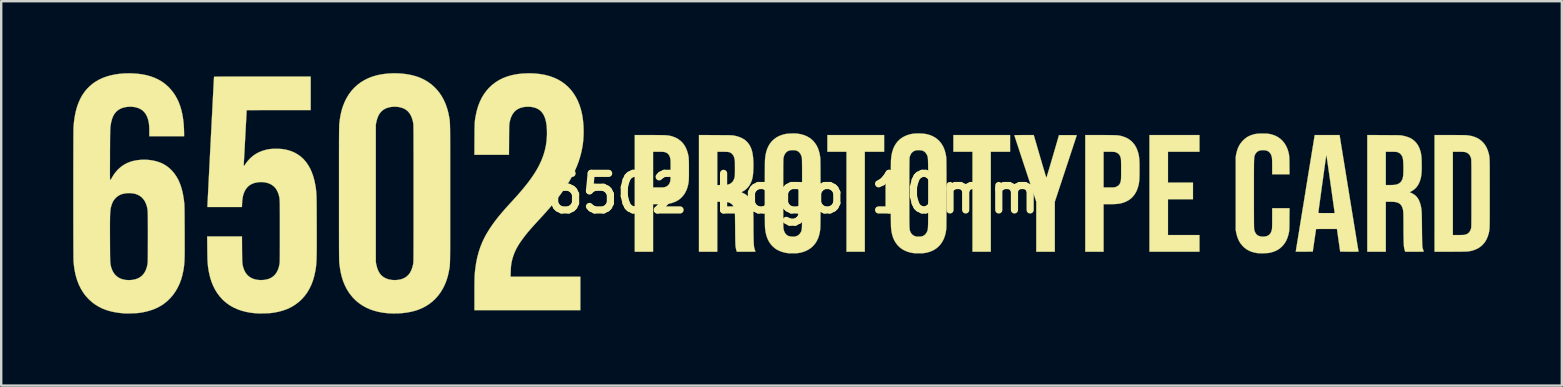
<source format=kicad_pcb>
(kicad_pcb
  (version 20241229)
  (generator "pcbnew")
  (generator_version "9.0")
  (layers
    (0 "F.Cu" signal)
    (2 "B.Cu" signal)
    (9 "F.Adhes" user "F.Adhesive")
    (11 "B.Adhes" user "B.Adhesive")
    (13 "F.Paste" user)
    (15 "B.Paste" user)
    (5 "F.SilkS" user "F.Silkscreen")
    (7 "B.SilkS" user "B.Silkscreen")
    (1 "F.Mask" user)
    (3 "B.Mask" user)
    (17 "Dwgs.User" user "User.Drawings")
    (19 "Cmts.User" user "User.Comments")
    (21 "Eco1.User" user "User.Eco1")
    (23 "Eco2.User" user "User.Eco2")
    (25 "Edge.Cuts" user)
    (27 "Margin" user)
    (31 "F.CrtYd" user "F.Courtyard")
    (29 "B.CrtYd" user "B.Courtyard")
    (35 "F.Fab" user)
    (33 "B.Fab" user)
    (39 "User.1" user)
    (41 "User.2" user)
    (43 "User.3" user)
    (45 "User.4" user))
  (footprint "6502 Logo 10mm"
    (layer "F.Cu")
    (at 30.003 5.008)
    (property "Reference" "6502 Logo 10mm" (at 0 0 0) (layer "F.SilkS") (effects (font (size 1.524 1.524) (thickness 0.3))))
    (attr through_hole)
    (fp_poly (pts (xy 3.785 -1.736) (xy 2.98 -1.736) (xy 2.98 2.43) (xy 2.218 2.43) (xy 2.218 -1.736) (xy 1.422 -1.736) (xy 1.422 -2.43) (xy 3.785 -2.43) (xy 3.785 -1.736)) (stroke (width 0.01) (type solid)) (fill yes) (layer "F.SilkS"))
    (fp_poly (pts (xy 9.034 -1.736) (xy 8.23 -1.736) (xy 8.23 2.43) (xy 7.468 2.43) (xy 7.468 -1.736) (xy 6.672 -1.736) (xy 6.672 -2.43) (xy 9.034 -2.43) (xy 9.034 -1.736)) (stroke (width 0.01) (type solid)) (fill yes) (layer "F.SilkS"))
    (fp_poly (pts (xy 16.925 -1.736) (xy 15.613 -1.736) (xy 15.613 -0.449) (xy 16.654 -0.449) (xy 16.654 0.246) (xy 15.613 0.246) (xy 15.613 1.736) (xy 16.925 1.736) (xy 16.925 2.43) (xy 14.842 2.43) (xy 14.842 -2.43) (xy 16.925 -2.43) (xy 16.925 -1.736)) (stroke (width 0.01) (type solid)) (fill yes) (layer "F.SilkS"))
    (fp_poly (pts (xy 10.02 -2.43) (xy 10.279 -1.54) (xy 10.314 -1.421) (xy 10.347 -1.307) (xy 10.379 -1.199) (xy 10.409 -1.097) (xy 10.437 -1.003) (xy 10.462 -0.918) (xy 10.485 -0.842) (xy 10.504 -0.778) (xy 10.521 -0.725) (xy 10.533 -0.686) (xy 10.541 -0.66) (xy 10.545 -0.65) (xy 10.546 -0.65) (xy 10.549 -0.657) (xy 10.557 -0.68) (xy 10.569 -0.718) (xy 10.584 -0.768) (xy 10.603 -0.83) (xy 10.626 -0.904) (xy 10.651 -0.987) (xy 10.678 -1.08) (xy 10.708 -1.18) (xy 10.74 -1.288) (xy 10.773 -1.401) (xy 10.808 -1.519) (xy 10.813 -1.537) (xy 11.072 -2.426) (xy 11.442 -2.428) (xy 11.534 -2.428) (xy 11.614 -2.428) (xy 11.682 -2.428) (xy 11.737 -2.427) (xy 11.777 -2.426) (xy 11.802 -2.424) (xy 11.811 -2.422) (xy 11.811 -2.422) (xy 11.808 -2.413) (xy 11.801 -2.389) (xy 11.788 -2.351) (xy 11.771 -2.299) (xy 11.75 -2.234) (xy 11.725 -2.157) (xy 11.696 -2.069) (xy 11.664 -1.971) (xy 11.629 -1.864) (xy 11.59 -1.747) (xy 11.549 -1.623) (xy 11.506 -1.492) (xy 11.461 -1.355) (xy 11.414 -1.213) (xy 11.365 -1.066) (xy 11.354 -1.031) (xy 10.897 0.352) (xy 10.897 2.43) (xy 10.126 2.43) (xy 10.126 1.391) (xy 10.126 0.351) (xy 9.669 -1.032) (xy 9.62 -1.18) (xy 9.573 -1.323) (xy 9.527 -1.462) (xy 9.483 -1.594) (xy 9.442 -1.72) (xy 9.403 -1.838) (xy 9.367 -1.948) (xy 9.334 -2.048) (xy 9.304 -2.138) (xy 9.278 -2.218) (xy 9.256 -2.285) (xy 9.238 -2.34) (xy 9.224 -2.382) (xy 9.216 -2.409) (xy 9.212 -2.422) (xy 9.212 -2.422) (xy 9.22 -2.424) (xy 9.244 -2.425) (xy 9.281 -2.427) (xy 9.331 -2.428) (xy 9.393 -2.429) (xy 9.463 -2.429) (xy 9.542 -2.43) (xy 9.616 -2.43) (xy 10.02 -2.43)) (stroke (width 0.01) (type solid)) (fill yes) (layer "F.SilkS"))
    (fp_poly (pts (xy 12.795 -2.43) (xy 12.927 -2.43) (xy 13.043 -2.429) (xy 13.145 -2.429) (xy 13.233 -2.428) (xy 13.311 -2.427) (xy 13.378 -2.425) (xy 13.436 -2.423) (xy 13.486 -2.42) (xy 13.53 -2.416) (xy 13.569 -2.411) (xy 13.605 -2.405) (xy 13.638 -2.398) (xy 13.67 -2.391) (xy 13.702 -2.381) (xy 13.737 -2.371) (xy 13.754 -2.365) (xy 13.872 -2.32) (xy 13.979 -2.261) (xy 14.075 -2.189) (xy 14.159 -2.105) (xy 14.233 -2.009) (xy 14.295 -1.9) (xy 14.345 -1.779) (xy 14.381 -1.656) (xy 14.392 -1.608) (xy 14.401 -1.562) (xy 14.408 -1.514) (xy 14.414 -1.463) (xy 14.419 -1.406) (xy 14.422 -1.342) (xy 14.425 -1.269) (xy 14.426 -1.184) (xy 14.427 -1.087) (xy 14.427 -0.991) (xy 14.427 -0.88) (xy 14.426 -0.784) (xy 14.424 -0.701) (xy 14.422 -0.63) (xy 14.418 -0.567) (xy 14.413 -0.511) (xy 14.407 -0.46) (xy 14.4 -0.413) (xy 14.39 -0.366) (xy 14.381 -0.326) (xy 14.342 -0.193) (xy 14.291 -0.073) (xy 14.228 0.035) (xy 14.154 0.13) (xy 14.069 0.214) (xy 13.972 0.284) (xy 13.864 0.343) (xy 13.745 0.388) (xy 13.681 0.406) (xy 13.628 0.418) (xy 13.575 0.428) (xy 13.519 0.435) (xy 13.459 0.441) (xy 13.391 0.445) (xy 13.312 0.447) (xy 13.22 0.448) (xy 13.176 0.449) (xy 12.929 0.449) (xy 12.929 2.43) (xy 12.167 2.43) (xy 12.167 -1.736) (xy 12.929 -1.736) (xy 12.929 -0.246) (xy 13.147 -0.246) (xy 13.226 -0.246) (xy 13.289 -0.247) (xy 13.339 -0.249) (xy 13.376 -0.252) (xy 13.401 -0.256) (xy 13.407 -0.257) (xy 13.476 -0.283) (xy 13.535 -0.319) (xy 13.582 -0.364) (xy 13.615 -0.418) (xy 13.615 -0.419) (xy 13.625 -0.442) (xy 13.633 -0.464) (xy 13.64 -0.486) (xy 13.646 -0.509) (xy 13.651 -0.537) (xy 13.654 -0.569) (xy 13.657 -0.608) (xy 13.659 -0.656) (xy 13.66 -0.714) (xy 13.661 -0.783) (xy 13.661 -0.865) (xy 13.661 -0.963) (xy 13.661 -0.991) (xy 13.661 -1.092) (xy 13.661 -1.178) (xy 13.66 -1.251) (xy 13.659 -1.311) (xy 13.657 -1.361) (xy 13.655 -1.403) (xy 13.652 -1.437) (xy 13.647 -1.465) (xy 13.642 -1.49) (xy 13.635 -1.512) (xy 13.627 -1.534) (xy 13.618 -1.556) (xy 13.615 -1.562) (xy 13.583 -1.615) (xy 13.538 -1.66) (xy 13.482 -1.696) (xy 13.417 -1.721) (xy 13.396 -1.726) (xy 13.373 -1.729) (xy 13.335 -1.732) (xy 13.286 -1.734) (xy 13.227 -1.735) (xy 13.16 -1.736) (xy 13.14 -1.736) (xy 12.929 -1.736) (xy 12.167 -1.736) (xy 12.167 -2.43) (xy 12.795 -2.43)) (stroke (width 0.01) (type solid)) (fill yes) (layer "F.SilkS"))
    (fp_poly (pts (xy -5.975 -2.43) (xy -5.844 -2.43) (xy -5.728 -2.429) (xy -5.626 -2.429) (xy -5.537 -2.428) (xy -5.46 -2.427) (xy -5.393 -2.425) (xy -5.335 -2.423) (xy -5.285 -2.42) (xy -5.241 -2.416) (xy -5.202 -2.411) (xy -5.166 -2.405) (xy -5.133 -2.399) (xy -5.101 -2.391) (xy -5.068 -2.382) (xy -5.034 -2.371) (xy -5.016 -2.366) (xy -4.899 -2.32) (xy -4.793 -2.261) (xy -4.697 -2.19) (xy -4.612 -2.106) (xy -4.539 -2.009) (xy -4.477 -1.9) (xy -4.427 -1.779) (xy -4.399 -1.689) (xy -4.388 -1.648) (xy -4.379 -1.609) (xy -4.371 -1.571) (xy -4.365 -1.533) (xy -4.359 -1.492) (xy -4.356 -1.446) (xy -4.353 -1.394) (xy -4.35 -1.334) (xy -4.349 -1.264) (xy -4.348 -1.182) (xy -4.348 -1.087) (xy -4.348 -0.995) (xy -4.348 -0.892) (xy -4.348 -0.803) (xy -4.349 -0.728) (xy -4.35 -0.665) (xy -4.351 -0.61) (xy -4.354 -0.564) (xy -4.357 -0.523) (xy -4.361 -0.485) (xy -4.365 -0.45) (xy -4.371 -0.415) (xy -4.378 -0.378) (xy -4.383 -0.356) (xy -4.416 -0.228) (xy -4.463 -0.109) (xy -4.521 0.000074) (xy -4.591 0.099) (xy -4.672 0.185) (xy -4.762 0.26) (xy -4.862 0.32) (xy -4.878 0.328) (xy -4.943 0.358) (xy -5.007 0.382) (xy -5.073 0.403) (xy -5.143 0.419) (xy -5.218 0.431) (xy -5.302 0.439) (xy -5.397 0.445) (xy -5.504 0.448) (xy -5.594 0.449) (xy -5.842 0.449) (xy -5.842 2.43) (xy -6.604 2.43) (xy -6.604 -1.736) (xy -5.842 -1.736) (xy -5.842 -0.246) (xy -5.624 -0.246) (xy -5.545 -0.246) (xy -5.481 -0.247) (xy -5.432 -0.249) (xy -5.395 -0.252) (xy -5.37 -0.256) (xy -5.364 -0.257) (xy -5.293 -0.283) (xy -5.234 -0.32) (xy -5.187 -0.367) (xy -5.155 -0.422) (xy -5.145 -0.445) (xy -5.137 -0.468) (xy -5.13 -0.491) (xy -5.124 -0.516) (xy -5.12 -0.545) (xy -5.116 -0.579) (xy -5.114 -0.621) (xy -5.112 -0.672) (xy -5.111 -0.733) (xy -5.11 -0.806) (xy -5.11 -0.893) (xy -5.11 -0.986) (xy -5.11 -1.082) (xy -5.11 -1.163) (xy -5.11 -1.23) (xy -5.111 -1.285) (xy -5.112 -1.329) (xy -5.113 -1.365) (xy -5.115 -1.394) (xy -5.117 -1.418) (xy -5.12 -1.437) (xy -5.123 -1.455) (xy -5.124 -1.459) (xy -5.147 -1.535) (xy -5.177 -1.597) (xy -5.216 -1.646) (xy -5.266 -1.684) (xy -5.329 -1.712) (xy -5.365 -1.723) (xy -5.386 -1.727) (xy -5.414 -1.731) (xy -5.451 -1.733) (xy -5.498 -1.735) (xy -5.558 -1.735) (xy -5.628 -1.736) (xy -5.842 -1.736) (xy -6.604 -1.736) (xy -6.604 -2.43) (xy -5.975 -2.43)) (stroke (width 0.01) (type solid)) (fill yes) (layer "F.SilkS"))
    (fp_poly (pts (xy 27.371 -2.43) (xy 27.498 -2.43) (xy 27.611 -2.429) (xy 27.708 -2.429) (xy 27.792 -2.429) (xy 27.864 -2.428) (xy 27.925 -2.427) (xy 27.976 -2.426) (xy 28.018 -2.424) (xy 28.053 -2.423) (xy 28.081 -2.421) (xy 28.104 -2.418) (xy 28.113 -2.417) (xy 28.246 -2.394) (xy 28.366 -2.361) (xy 28.475 -2.317) (xy 28.573 -2.263) (xy 28.663 -2.197) (xy 28.742 -2.121) (xy 28.818 -2.028) (xy 28.881 -1.923) (xy 28.933 -1.806) (xy 28.973 -1.677) (xy 28.976 -1.667) (xy 28.982 -1.645) (xy 28.987 -1.624) (xy 28.991 -1.605) (xy 28.995 -1.586) (xy 28.999 -1.566) (xy 29.002 -1.544) (xy 29.005 -1.52) (xy 29.007 -1.493) (xy 29.01 -1.461) (xy 29.012 -1.425) (xy 29.013 -1.383) (xy 29.015 -1.335) (xy 29.016 -1.279) (xy 29.017 -1.215) (xy 29.018 -1.142) (xy 29.018 -1.06) (xy 29.019 -0.967) (xy 29.019 -0.862) (xy 29.019 -0.745) (xy 29.019 -0.615) (xy 29.019 -0.472) (xy 29.02 -0.313) (xy 29.02 -0.139) (xy 29.02 0) (xy 29.02 0.186) (xy 29.02 0.356) (xy 29.019 0.51) (xy 29.019 0.65) (xy 29.019 0.777) (xy 29.019 0.89) (xy 29.019 0.992) (xy 29.018 1.082) (xy 29.018 1.162) (xy 29.017 1.233) (xy 29.016 1.294) (xy 29.014 1.348) (xy 29.013 1.395) (xy 29.011 1.435) (xy 29.009 1.47) (xy 29.007 1.5) (xy 29.004 1.526) (xy 29.001 1.55) (xy 28.998 1.571) (xy 28.994 1.591) (xy 28.99 1.61) (xy 28.985 1.63) (xy 28.98 1.65) (xy 28.976 1.667) (xy 28.937 1.797) (xy 28.885 1.916) (xy 28.822 2.023) (xy 28.746 2.117) (xy 28.66 2.2) (xy 28.561 2.27) (xy 28.452 2.327) (xy 28.332 2.372) (xy 28.278 2.387) (xy 28.247 2.394) (xy 28.217 2.401) (xy 28.188 2.407) (xy 28.158 2.412) (xy 28.125 2.416) (xy 28.089 2.419) (xy 28.047 2.422) (xy 27.999 2.424) (xy 27.944 2.426) (xy 27.879 2.427) (xy 27.804 2.428) (xy 27.717 2.429) (xy 27.618 2.429) (xy 27.504 2.43) (xy 27.375 2.43) (xy 27.371 2.43) (xy 26.721 2.43) (xy 26.721 -1.736) (xy 27.483 -1.736) (xy 27.483 1.736) (xy 27.708 1.736) (xy 27.783 1.735) (xy 27.844 1.735) (xy 27.893 1.733) (xy 27.931 1.731) (xy 27.961 1.728) (xy 27.986 1.723) (xy 27.991 1.722) (xy 28.062 1.699) (xy 28.122 1.662) (xy 28.171 1.612) (xy 28.21 1.549) (xy 28.239 1.472) (xy 28.243 1.459) (xy 28.245 1.45) (xy 28.246 1.441) (xy 28.248 1.429) (xy 28.249 1.414) (xy 28.251 1.395) (xy 28.252 1.372) (xy 28.253 1.343) (xy 28.254 1.308) (xy 28.254 1.266) (xy 28.255 1.216) (xy 28.256 1.158) (xy 28.256 1.09) (xy 28.256 1.012) (xy 28.257 0.924) (xy 28.257 0.823) (xy 28.257 0.711) (xy 28.257 0.584) (xy 28.257 0.444) (xy 28.257 0.289) (xy 28.257 0.119) (xy 28.258 0) (xy 28.257 -0.181) (xy 28.257 -0.346) (xy 28.257 -0.496) (xy 28.257 -0.631) (xy 28.257 -0.752) (xy 28.257 -0.861) (xy 28.257 -0.957) (xy 28.256 -1.041) (xy 28.256 -1.115) (xy 28.255 -1.18) (xy 28.255 -1.235) (xy 28.254 -1.282) (xy 28.253 -1.321) (xy 28.252 -1.354) (xy 28.251 -1.38) (xy 28.25 -1.402) (xy 28.249 -1.419) (xy 28.247 -1.433) (xy 28.246 -1.444) (xy 28.244 -1.453) (xy 28.243 -1.459) (xy 28.219 -1.531) (xy 28.188 -1.59) (xy 28.148 -1.638) (xy 28.098 -1.677) (xy 28.072 -1.693) (xy 28.045 -1.706) (xy 28.017 -1.716) (xy 27.983 -1.724) (xy 27.944 -1.729) (xy 27.895 -1.733) (xy 27.835 -1.735) (xy 27.762 -1.736) (xy 27.708 -1.736) (xy 27.483 -1.736) (xy 26.721 -1.736) (xy 26.721 -2.43) (xy 27.371 -2.43)) (stroke (width 0.01) (type solid)) (fill yes) (layer "F.SilkS"))
    (fp_poly (pts (xy 22.245 -2.43) (xy 22.763 -2.43) (xy 23.155 -0.015) (xy 23.187 0.185) (xy 23.219 0.381) (xy 23.25 0.572) (xy 23.28 0.757) (xy 23.31 0.936) (xy 23.338 1.108) (xy 23.364 1.272) (xy 23.39 1.428) (xy 23.414 1.575) (xy 23.436 1.713) (xy 23.457 1.84) (xy 23.476 1.956) (xy 23.493 2.061) (xy 23.508 2.154) (xy 23.521 2.233) (xy 23.532 2.3) (xy 23.541 2.351) (xy 23.547 2.388) (xy 23.55 2.41) (xy 23.551 2.415) (xy 23.552 2.419) (xy 23.549 2.422) (xy 23.543 2.424) (xy 23.531 2.426) (xy 23.512 2.427) (xy 23.484 2.428) (xy 23.447 2.429) (xy 23.399 2.429) (xy 23.338 2.429) (xy 23.263 2.428) (xy 23.173 2.428) (xy 23.172 2.428) (xy 22.789 2.426) (xy 22.721 1.954) (xy 22.654 1.482) (xy 22.219 1.482) (xy 22.135 1.482) (xy 22.057 1.482) (xy 21.985 1.482) (xy 21.922 1.482) (xy 21.868 1.483) (xy 21.827 1.483) (xy 21.798 1.483) (xy 21.785 1.484) (xy 21.784 1.484) (xy 21.783 1.492) (xy 21.779 1.516) (xy 21.774 1.554) (xy 21.766 1.603) (xy 21.757 1.664) (xy 21.747 1.734) (xy 21.736 1.811) (xy 21.723 1.895) (xy 21.714 1.956) (xy 21.645 2.426) (xy 21.292 2.428) (xy 21.216 2.428) (xy 21.146 2.428) (xy 21.083 2.428) (xy 21.03 2.427) (xy 20.987 2.427) (xy 20.956 2.426) (xy 20.94 2.424) (xy 20.938 2.424) (xy 20.939 2.415) (xy 20.943 2.39) (xy 20.95 2.351) (xy 20.958 2.297) (xy 20.969 2.229) (xy 20.982 2.149) (xy 20.997 2.057) (xy 21.014 1.954) (xy 21.032 1.841) (xy 21.052 1.718) (xy 21.074 1.586) (xy 21.096 1.447) (xy 21.12 1.3) (xy 21.145 1.148) (xy 21.17 0.989) (xy 21.197 0.827) (xy 21.201 0.804) (xy 21.878 0.804) (xy 21.878 0.808) (xy 21.88 0.812) (xy 21.885 0.814) (xy 21.895 0.817) (xy 21.91 0.818) (xy 21.934 0.82) (xy 21.967 0.82) (xy 22.01 0.821) (xy 22.066 0.821) (xy 22.136 0.821) (xy 22.219 0.821) (xy 22.56 0.821) (xy 22.517 0.51) (xy 22.482 0.267) (xy 22.45 0.04) (xy 22.421 -0.17) (xy 22.393 -0.365) (xy 22.368 -0.544) (xy 22.345 -0.707) (xy 22.323 -0.856) (xy 22.304 -0.99) (xy 22.287 -1.109) (xy 22.272 -1.215) (xy 22.258 -1.306) (xy 22.247 -1.384) (xy 22.237 -1.449) (xy 22.229 -1.5) (xy 22.223 -1.539) (xy 22.219 -1.566) (xy 22.216 -1.58) (xy 22.215 -1.583) (xy 22.208 -1.576) (xy 22.204 -1.564) (xy 22.202 -1.553) (xy 22.198 -1.526) (xy 22.192 -1.484) (xy 22.185 -1.43) (xy 22.175 -1.363) (xy 22.165 -1.286) (xy 22.152 -1.199) (xy 22.139 -1.103) (xy 22.125 -1.001) (xy 22.11 -0.892) (xy 22.094 -0.777) (xy 22.078 -0.659) (xy 22.061 -0.539) (xy 22.044 -0.417) (xy 22.027 -0.294) (xy 22.01 -0.173) (xy 21.994 -0.053) (xy 21.978 0.064) (xy 21.963 0.176) (xy 21.948 0.282) (xy 21.934 0.382) (xy 21.922 0.475) (xy 21.91 0.558) (xy 21.901 0.631) (xy 21.892 0.693) (xy 21.886 0.742) (xy 21.881 0.778) (xy 21.878 0.798) (xy 21.878 0.804) (xy 21.201 0.804) (xy 21.224 0.66) (xy 21.252 0.49) (xy 21.28 0.318) (xy 21.308 0.145) (xy 21.336 -0.029) (xy 21.364 -0.203) (xy 21.392 -0.376) (xy 21.42 -0.547) (xy 21.447 -0.715) (xy 21.474 -0.88) (xy 21.5 -1.041) (xy 21.526 -1.197) (xy 21.55 -1.347) (xy 21.574 -1.49) (xy 21.596 -1.626) (xy 21.616 -1.754) (xy 21.636 -1.872) (xy 21.654 -1.981) (xy 21.67 -2.079) (xy 21.684 -2.166) (xy 21.696 -2.241) (xy 21.706 -2.302) (xy 21.714 -2.35) (xy 21.719 -2.383) (xy 21.722 -2.4) (xy 21.722 -2.402) (xy 21.727 -2.43) (xy 22.245 -2.43)) (stroke (width 0.01) (type solid)) (fill yes) (layer "F.SilkS"))
    (fp_poly (pts (xy 19.638 -2.493) (xy 19.704 -2.491) (xy 19.76 -2.487) (xy 19.811 -2.482) (xy 19.858 -2.473) (xy 19.907 -2.462) (xy 19.961 -2.447) (xy 19.98 -2.441) (xy 20.096 -2.398) (xy 20.204 -2.34) (xy 20.302 -2.268) (xy 20.39 -2.184) (xy 20.468 -2.088) (xy 20.533 -1.981) (xy 20.587 -1.864) (xy 20.62 -1.764) (xy 20.631 -1.722) (xy 20.641 -1.685) (xy 20.649 -1.65) (xy 20.655 -1.615) (xy 20.66 -1.578) (xy 20.664 -1.537) (xy 20.667 -1.49) (xy 20.669 -1.435) (xy 20.671 -1.37) (xy 20.672 -1.293) (xy 20.673 -1.202) (xy 20.673 -1.166) (xy 20.677 -0.796) (xy 19.956 -0.796) (xy 19.956 -1.111) (xy 19.955 -1.205) (xy 19.955 -1.284) (xy 19.953 -1.35) (xy 19.951 -1.404) (xy 19.948 -1.45) (xy 19.944 -1.488) (xy 19.938 -1.521) (xy 19.931 -1.55) (xy 19.922 -1.578) (xy 19.914 -1.602) (xy 19.892 -1.645) (xy 19.86 -1.69) (xy 19.822 -1.729) (xy 19.79 -1.753) (xy 19.732 -1.78) (xy 19.663 -1.797) (xy 19.583 -1.803) (xy 19.574 -1.803) (xy 19.489 -1.797) (xy 19.415 -1.78) (xy 19.353 -1.749) (xy 19.301 -1.706) (xy 19.26 -1.651) (xy 19.243 -1.618) (xy 19.237 -1.605) (xy 19.231 -1.593) (xy 19.226 -1.581) (xy 19.222 -1.569) (xy 19.217 -1.555) (xy 19.214 -1.54) (xy 19.211 -1.521) (xy 19.208 -1.499) (xy 19.205 -1.472) (xy 19.203 -1.44) (xy 19.201 -1.403) (xy 19.199 -1.358) (xy 19.198 -1.306) (xy 19.197 -1.246) (xy 19.196 -1.176) (xy 19.195 -1.097) (xy 19.195 -1.007) (xy 19.194 -0.906) (xy 19.194 -0.792) (xy 19.194 -0.666) (xy 19.194 -0.526) (xy 19.194 -0.371) (xy 19.194 -0.201) (xy 19.194 -0.015) (xy 19.194 0.004) (xy 19.194 0.19) (xy 19.194 0.36) (xy 19.194 0.514) (xy 19.194 0.653) (xy 19.194 0.779) (xy 19.195 0.891) (xy 19.195 0.991) (xy 19.195 1.079) (xy 19.196 1.157) (xy 19.196 1.224) (xy 19.197 1.283) (xy 19.198 1.332) (xy 19.198 1.374) (xy 19.199 1.409) (xy 19.2 1.437) (xy 19.202 1.46) (xy 19.203 1.478) (xy 19.204 1.493) (xy 19.206 1.504) (xy 19.207 1.509) (xy 19.23 1.59) (xy 19.263 1.658) (xy 19.306 1.713) (xy 19.36 1.754) (xy 19.425 1.783) (xy 19.501 1.799) (xy 19.575 1.803) (xy 19.661 1.797) (xy 19.736 1.779) (xy 19.799 1.748) (xy 19.851 1.704) (xy 19.893 1.648) (xy 19.924 1.578) (xy 19.944 1.499) (xy 19.947 1.478) (xy 19.949 1.449) (xy 19.951 1.411) (xy 19.953 1.362) (xy 19.954 1.302) (xy 19.955 1.229) (xy 19.955 1.142) (xy 19.956 1.039) (xy 19.956 1.027) (xy 19.956 0.618) (xy 20.677 0.618) (xy 20.673 1.077) (xy 20.673 1.181) (xy 20.672 1.269) (xy 20.671 1.343) (xy 20.67 1.404) (xy 20.668 1.455) (xy 20.667 1.497) (xy 20.665 1.531) (xy 20.663 1.559) (xy 20.66 1.582) (xy 20.657 1.603) (xy 20.655 1.613) (xy 20.625 1.744) (xy 20.587 1.862) (xy 20.541 1.968) (xy 20.485 2.064) (xy 20.419 2.151) (xy 20.389 2.186) (xy 20.306 2.265) (xy 20.217 2.332) (xy 20.119 2.387) (xy 20.011 2.431) (xy 19.89 2.466) (xy 19.854 2.474) (xy 19.809 2.481) (xy 19.75 2.487) (xy 19.682 2.491) (xy 19.61 2.494) (xy 19.535 2.495) (xy 19.463 2.495) (xy 19.398 2.492) (xy 19.343 2.488) (xy 19.317 2.485) (xy 19.19 2.459) (xy 19.077 2.425) (xy 18.974 2.38) (xy 18.88 2.325) (xy 18.794 2.259) (xy 18.722 2.189) (xy 18.647 2.1) (xy 18.583 2) (xy 18.531 1.889) (xy 18.488 1.766) (xy 18.456 1.63) (xy 18.455 1.628) (xy 18.436 1.528) (xy 18.436 -1.528) (xy 18.455 -1.628) (xy 18.486 -1.758) (xy 18.524 -1.875) (xy 18.572 -1.98) (xy 18.631 -2.076) (xy 18.7 -2.164) (xy 18.744 -2.21) (xy 18.823 -2.282) (xy 18.902 -2.34) (xy 18.986 -2.387) (xy 19.081 -2.426) (xy 19.115 -2.437) (xy 19.172 -2.455) (xy 19.226 -2.469) (xy 19.28 -2.479) (xy 19.337 -2.486) (xy 19.4 -2.49) (xy 19.474 -2.493) (xy 19.558 -2.493) (xy 19.638 -2.493)) (stroke (width 0.01) (type solid)) (fill yes) (layer "F.SilkS"))
    (fp_poly (pts (xy -3.241 -2.428) (xy -3.116 -2.427) (xy -3.007 -2.426) (xy -2.913 -2.426) (xy -2.832 -2.425) (xy -2.763 -2.424) (xy -2.704 -2.424) (xy -2.655 -2.423) (xy -2.615 -2.422) (xy -2.581 -2.42) (xy -2.553 -2.419) (xy -2.53 -2.417) (xy -2.51 -2.415) (xy -2.491 -2.412) (xy -2.474 -2.409) (xy -2.459 -2.406) (xy -2.325 -2.375) (xy -2.206 -2.333) (xy -2.099 -2.281) (xy -2.005 -2.218) (xy -1.923 -2.143) (xy -1.853 -2.058) (xy -1.794 -1.961) (xy -1.747 -1.852) (xy -1.74 -1.833) (xy -1.712 -1.738) (xy -1.691 -1.627) (xy -1.675 -1.503) (xy -1.665 -1.365) (xy -1.66 -1.216) (xy -1.662 -1.057) (xy -1.666 -0.964) (xy -1.671 -0.87) (xy -1.678 -0.79) (xy -1.687 -0.72) (xy -1.698 -0.657) (xy -1.712 -0.598) (xy -1.73 -0.54) (xy -1.74 -0.511) (xy -1.786 -0.405) (xy -1.844 -0.309) (xy -1.913 -0.225) (xy -1.992 -0.153) (xy -2.081 -0.095) (xy -2.11 -0.079) (xy -2.135 -0.066) (xy -2.152 -0.055) (xy -2.157 -0.049) (xy -2.149 -0.042) (xy -2.128 -0.032) (xy -2.1 -0.018) (xy -2.091 -0.014) (xy -2.004 0.031) (xy -1.928 0.086) (xy -1.864 0.152) (xy -1.809 0.23) (xy -1.763 0.322) (xy -1.736 0.394) (xy -1.721 0.438) (xy -1.709 0.481) (xy -1.698 0.524) (xy -1.689 0.569) (xy -1.682 0.618) (xy -1.675 0.671) (xy -1.67 0.731) (xy -1.667 0.799) (xy -1.664 0.876) (xy -1.662 0.965) (xy -1.66 1.065) (xy -1.66 1.18) (xy -1.659 1.308) (xy -1.659 1.473) (xy -1.658 1.622) (xy -1.656 1.754) (xy -1.654 1.871) (xy -1.651 1.972) (xy -1.648 2.058) (xy -1.643 2.13) (xy -1.639 2.187) (xy -1.633 2.231) (xy -1.631 2.244) (xy -1.608 2.334) (xy -1.579 2.415) (xy -1.578 2.419) (xy -1.58 2.421) (xy -1.587 2.424) (xy -1.599 2.426) (xy -1.617 2.427) (xy -1.645 2.428) (xy -1.681 2.429) (xy -1.73 2.429) (xy -1.79 2.43) (xy -1.865 2.43) (xy -1.955 2.43) (xy -2.351 2.43) (xy -2.371 2.365) (xy -2.378 2.34) (xy -2.384 2.316) (xy -2.39 2.292) (xy -2.395 2.268) (xy -2.399 2.241) (xy -2.403 2.211) (xy -2.406 2.176) (xy -2.409 2.135) (xy -2.411 2.088) (xy -2.413 2.031) (xy -2.415 1.966) (xy -2.416 1.889) (xy -2.417 1.801) (xy -2.419 1.699) (xy -2.42 1.583) (xy -2.421 1.451) (xy -2.421 1.448) (xy -2.422 1.318) (xy -2.424 1.203) (xy -2.425 1.103) (xy -2.426 1.017) (xy -2.427 0.942) (xy -2.429 0.879) (xy -2.43 0.825) (xy -2.433 0.78) (xy -2.435 0.742) (xy -2.438 0.711) (xy -2.442 0.684) (xy -2.446 0.662) (xy -2.451 0.642) (xy -2.457 0.623) (xy -2.464 0.605) (xy -2.471 0.586) (xy -2.476 0.575) (xy -2.51 0.508) (xy -2.556 0.454) (xy -2.613 0.411) (xy -2.682 0.38) (xy -2.763 0.359) (xy -2.783 0.356) (xy -2.81 0.353) (xy -2.85 0.351) (xy -2.9 0.349) (xy -2.954 0.348) (xy -3.004 0.347) (xy -3.167 0.347) (xy -3.167 2.43) (xy -3.929 2.43) (xy -3.929 -0.345) (xy -3.167 -0.345) (xy -2.965 -0.35) (xy -2.889 -0.352) (xy -2.828 -0.354) (xy -2.781 -0.358) (xy -2.746 -0.362) (xy -2.721 -0.366) (xy -2.719 -0.367) (xy -2.642 -0.396) (xy -2.578 -0.436) (xy -2.526 -0.488) (xy -2.486 -0.551) (xy -2.456 -0.628) (xy -2.443 -0.679) (xy -2.439 -0.701) (xy -2.436 -0.726) (xy -2.434 -0.758) (xy -2.432 -0.798) (xy -2.431 -0.848) (xy -2.43 -0.909) (xy -2.43 -0.984) (xy -2.43 -1.052) (xy -2.43 -1.135) (xy -2.431 -1.203) (xy -2.431 -1.259) (xy -2.432 -1.304) (xy -2.434 -1.341) (xy -2.436 -1.37) (xy -2.439 -1.396) (xy -2.443 -1.419) (xy -2.446 -1.435) (xy -2.468 -1.516) (xy -2.499 -1.583) (xy -2.539 -1.636) (xy -2.551 -1.648) (xy -2.578 -1.672) (xy -2.605 -1.691) (xy -2.633 -1.705) (xy -2.665 -1.716) (xy -2.704 -1.725) (xy -2.751 -1.73) (xy -2.809 -1.733) (xy -2.879 -1.735) (xy -2.957 -1.736) (xy -3.167 -1.736) (xy -3.167 -0.345) (xy -3.929 -0.345) (xy -3.929 -2.431) (xy -3.241 -2.428)) (stroke (width 0.01) (type solid)) (fill yes) (layer "F.SilkS"))
    (fp_poly (pts (xy 24.606 -2.428) (xy 24.731 -2.427) (xy 24.84 -2.426) (xy 24.934 -2.426) (xy 25.015 -2.425) (xy 25.084 -2.424) (xy 25.143 -2.424) (xy 25.192 -2.423) (xy 25.232 -2.422) (xy 25.266 -2.42) (xy 25.294 -2.419) (xy 25.317 -2.417) (xy 25.337 -2.415) (xy 25.355 -2.412) (xy 25.373 -2.409) (xy 25.387 -2.406) (xy 25.451 -2.392) (xy 25.519 -2.374) (xy 25.585 -2.354) (xy 25.645 -2.333) (xy 25.695 -2.312) (xy 25.706 -2.307) (xy 25.805 -2.247) (xy 25.893 -2.175) (xy 25.97 -2.091) (xy 26.035 -1.994) (xy 26.089 -1.885) (xy 26.131 -1.764) (xy 26.14 -1.731) (xy 26.152 -1.677) (xy 26.162 -1.62) (xy 26.17 -1.557) (xy 26.176 -1.486) (xy 26.181 -1.404) (xy 26.184 -1.309) (xy 26.185 -1.27) (xy 26.186 -1.141) (xy 26.185 -1.022) (xy 26.181 -0.913) (xy 26.174 -0.817) (xy 26.165 -0.735) (xy 26.154 -0.671) (xy 26.12 -0.545) (xy 26.077 -0.433) (xy 26.022 -0.333) (xy 25.957 -0.246) (xy 25.881 -0.172) (xy 25.794 -0.11) (xy 25.744 -0.083) (xy 25.711 -0.066) (xy 25.693 -0.054) (xy 25.69 -0.045) (xy 25.699 -0.038) (xy 25.707 -0.036) (xy 25.742 -0.023) (xy 25.785 -0.002) (xy 25.832 0.025) (xy 25.877 0.054) (xy 25.916 0.084) (xy 25.929 0.095) (xy 25.989 0.158) (xy 26.04 0.23) (xy 26.082 0.313) (xy 26.118 0.409) (xy 26.141 0.494) (xy 26.149 0.528) (xy 26.156 0.561) (xy 26.162 0.593) (xy 26.168 0.626) (xy 26.173 0.661) (xy 26.177 0.699) (xy 26.18 0.742) (xy 26.183 0.79) (xy 26.186 0.846) (xy 26.188 0.91) (xy 26.189 0.984) (xy 26.191 1.069) (xy 26.193 1.167) (xy 26.194 1.278) (xy 26.195 1.404) (xy 26.196 1.486) (xy 26.197 1.615) (xy 26.198 1.728) (xy 26.2 1.826) (xy 26.201 1.912) (xy 26.202 1.985) (xy 26.204 2.047) (xy 26.205 2.1) (xy 26.207 2.145) (xy 26.21 2.182) (xy 26.213 2.214) (xy 26.216 2.24) (xy 26.22 2.264) (xy 26.225 2.285) (xy 26.231 2.305) (xy 26.237 2.325) (xy 26.244 2.347) (xy 26.245 2.349) (xy 26.255 2.379) (xy 26.264 2.403) (xy 26.268 2.415) (xy 26.269 2.419) (xy 26.267 2.421) (xy 26.26 2.424) (xy 26.248 2.426) (xy 26.229 2.427) (xy 26.202 2.428) (xy 26.165 2.429) (xy 26.117 2.429) (xy 26.056 2.43) (xy 25.981 2.43) (xy 25.891 2.43) (xy 25.496 2.43) (xy 25.478 2.364) (xy 25.468 2.325) (xy 25.458 2.285) (xy 25.451 2.253) (xy 25.451 2.252) (xy 25.446 2.219) (xy 25.442 2.17) (xy 25.438 2.105) (xy 25.435 2.025) (xy 25.432 1.929) (xy 25.43 1.819) (xy 25.428 1.696) (xy 25.427 1.558) (xy 25.426 1.408) (xy 25.426 1.303) (xy 25.426 1.188) (xy 25.425 1.088) (xy 25.425 1.003) (xy 25.424 0.93) (xy 25.422 0.868) (xy 25.42 0.816) (xy 25.417 0.772) (xy 25.414 0.734) (xy 25.41 0.702) (xy 25.404 0.674) (xy 25.398 0.648) (xy 25.39 0.623) (xy 25.382 0.597) (xy 25.379 0.588) (xy 25.346 0.519) (xy 25.305 0.463) (xy 25.26 0.425) (xy 25.221 0.402) (xy 25.18 0.384) (xy 25.134 0.369) (xy 25.082 0.359) (xy 25.02 0.352) (xy 24.946 0.349) (xy 24.859 0.347) (xy 24.845 0.347) (xy 24.689 0.347) (xy 24.689 2.43) (xy 23.918 2.43) (xy 23.918 -1.736) (xy 24.689 -1.736) (xy 24.689 -0.347) (xy 24.839 -0.347) (xy 24.895 -0.348) (xy 24.95 -0.349) (xy 25.001 -0.351) (xy 25.042 -0.354) (xy 25.062 -0.356) (xy 25.147 -0.373) (xy 25.22 -0.403) (xy 25.281 -0.444) (xy 25.331 -0.497) (xy 25.369 -0.563) (xy 25.388 -0.612) (xy 25.401 -0.663) (xy 25.411 -0.723) (xy 25.418 -0.796) (xy 25.422 -0.882) (xy 25.424 -0.981) (xy 25.424 -1.096) (xy 25.423 -1.139) (xy 25.42 -1.229) (xy 25.417 -1.304) (xy 25.412 -1.366) (xy 25.406 -1.419) (xy 25.397 -1.463) (xy 25.387 -1.502) (xy 25.374 -1.536) (xy 25.366 -1.554) (xy 25.328 -1.615) (xy 25.278 -1.665) (xy 25.217 -1.702) (xy 25.148 -1.725) (xy 25.138 -1.727) (xy 25.117 -1.73) (xy 25.082 -1.732) (xy 25.035 -1.734) (xy 24.981 -1.735) (xy 24.923 -1.736) (xy 24.891 -1.736) (xy 24.689 -1.736) (xy 23.918 -1.736) (xy 23.918 -2.431) (xy 24.606 -2.428)) (stroke (width 0.01) (type solid)) (fill yes) (layer "F.SilkS"))
    (fp_poly (pts (xy -10.728 -4.992) (xy -10.542 -4.971) (xy -10.363 -4.94) (xy -10.327 -4.932) (xy -10.144 -4.883) (xy -9.971 -4.821) (xy -9.809 -4.746) (xy -9.657 -4.657) (xy -9.517 -4.556) (xy -9.387 -4.443) (xy -9.269 -4.317) (xy -9.162 -4.179) (xy -9.067 -4.028) (xy -8.983 -3.866) (xy -8.911 -3.692) (xy -8.851 -3.507) (xy -8.804 -3.31) (xy -8.784 -3.205) (xy -8.759 -3.021) (xy -8.742 -2.826) (xy -8.735 -2.627) (xy -8.738 -2.426) (xy -8.749 -2.229) (xy -8.77 -2.04) (xy -8.78 -1.978) (xy -8.82 -1.763) (xy -8.873 -1.552) (xy -8.938 -1.342) (xy -9.016 -1.134) (xy -9.107 -0.927) (xy -9.212 -0.718) (xy -9.331 -0.507) (xy -9.466 -0.293) (xy -9.615 -0.075) (xy -9.671 0.003) (xy -9.757 0.119) (xy -9.845 0.233) (xy -9.937 0.349) (xy -10.034 0.466) (xy -10.137 0.588) (xy -10.248 0.715) (xy -10.367 0.849) (xy -10.498 0.992) (xy -10.567 1.067) (xy -10.662 1.17) (xy -10.746 1.262) (xy -10.822 1.346) (xy -10.889 1.421) (xy -10.951 1.491) (xy -11.007 1.557) (xy -11.06 1.619) (xy -11.11 1.681) (xy -11.159 1.742) (xy -11.197 1.791) (xy -11.305 1.935) (xy -11.4 2.072) (xy -11.482 2.203) (xy -11.551 2.331) (xy -11.61 2.457) (xy -11.659 2.583) (xy -11.699 2.71) (xy -11.731 2.841) (xy -11.734 2.857) (xy -11.745 2.917) (xy -11.754 2.976) (xy -11.761 3.037) (xy -11.766 3.105) (xy -11.77 3.183) (xy -11.774 3.273) (xy -11.774 3.287) (xy -11.78 3.471) (xy -8.873 3.471) (xy -8.873 4.868) (xy -13.284 4.868) (xy -13.284 4.21) (xy -13.284 4.074) (xy -13.284 3.952) (xy -13.283 3.845) (xy -13.283 3.751) (xy -13.281 3.667) (xy -13.28 3.592) (xy -13.278 3.526) (xy -13.276 3.466) (xy -13.273 3.411) (xy -13.27 3.359) (xy -13.266 3.309) (xy -13.262 3.26) (xy -13.256 3.21) (xy -13.254 3.188) (xy -13.219 2.93) (xy -13.17 2.682) (xy -13.108 2.446) (xy -13.033 2.219) (xy -12.945 2.003) (xy -12.843 1.798) (xy -12.823 1.76) (xy -12.746 1.628) (xy -12.666 1.498) (xy -12.579 1.368) (xy -12.486 1.236) (xy -12.386 1.102) (xy -12.277 0.964) (xy -12.158 0.821) (xy -12.028 0.671) (xy -11.887 0.513) (xy -11.785 0.402) (xy -11.629 0.231) (xy -11.484 0.069) (xy -11.351 -0.083) (xy -11.23 -0.228) (xy -11.118 -0.366) (xy -11.016 -0.498) (xy -10.923 -0.625) (xy -10.838 -0.748) (xy -10.76 -0.868) (xy -10.689 -0.985) (xy -10.624 -1.101) (xy -10.595 -1.156) (xy -10.498 -1.361) (xy -10.418 -1.568) (xy -10.354 -1.779) (xy -10.307 -1.992) (xy -10.277 -2.209) (xy -10.263 -2.428) (xy -10.262 -2.502) (xy -10.265 -2.665) (xy -10.276 -2.814) (xy -10.295 -2.948) (xy -10.322 -3.068) (xy -10.357 -3.176) (xy -10.4 -3.27) (xy -10.452 -3.352) (xy -10.512 -3.422) (xy -10.582 -3.481) (xy -10.66 -3.528) (xy -10.719 -3.555) (xy -10.814 -3.585) (xy -10.916 -3.604) (xy -11.023 -3.612) (xy -11.131 -3.61) (xy -11.237 -3.597) (xy -11.337 -3.573) (xy -11.428 -3.539) (xy -11.456 -3.525) (xy -11.539 -3.474) (xy -11.611 -3.41) (xy -11.673 -3.335) (xy -11.726 -3.247) (xy -11.77 -3.145) (xy -11.804 -3.03) (xy -11.821 -2.951) (xy -11.825 -2.932) (xy -11.828 -2.914) (xy -11.83 -2.895) (xy -11.832 -2.873) (xy -11.834 -2.847) (xy -11.836 -2.816) (xy -11.837 -2.779) (xy -11.838 -2.734) (xy -11.839 -2.68) (xy -11.84 -2.615) (xy -11.84 -2.539) (xy -11.841 -2.45) (xy -11.842 -2.346) (xy -11.842 -2.233) (xy -11.846 -1.609) (xy -13.285 -1.609) (xy -13.282 -2.263) (xy -13.281 -2.389) (xy -13.28 -2.501) (xy -13.28 -2.598) (xy -13.279 -2.683) (xy -13.277 -2.757) (xy -13.276 -2.821) (xy -13.274 -2.877) (xy -13.272 -2.927) (xy -13.269 -2.971) (xy -13.265 -3.013) (xy -13.261 -3.051) (xy -13.256 -3.09) (xy -13.25 -3.129) (xy -13.243 -3.17) (xy -13.235 -3.216) (xy -13.229 -3.247) (xy -13.186 -3.446) (xy -13.13 -3.633) (xy -13.063 -3.81) (xy -12.983 -3.976) (xy -12.891 -4.13) (xy -12.788 -4.272) (xy -12.673 -4.402) (xy -12.547 -4.52) (xy -12.41 -4.625) (xy -12.262 -4.718) (xy -12.104 -4.798) (xy -11.935 -4.864) (xy -11.83 -4.897) (xy -11.663 -4.939) (xy -11.485 -4.97) (xy -11.3 -4.991) (xy -11.11 -5.001) (xy -10.918 -5.002) (xy -10.728 -4.992)) (stroke (width 0.01) (type solid)) (fill yes) (layer "F.SilkS"))
    (fp_poly (pts (xy 5.27 -2.496) (xy 5.362 -2.492) (xy 5.449 -2.485) (xy 5.526 -2.474) (xy 5.563 -2.467) (xy 5.694 -2.43) (xy 5.815 -2.38) (xy 5.924 -2.317) (xy 6.023 -2.241) (xy 6.11 -2.154) (xy 6.186 -2.054) (xy 6.25 -1.942) (xy 6.301 -1.819) (xy 6.341 -1.685) (xy 6.369 -1.539) (xy 6.375 -1.488) (xy 6.376 -1.469) (xy 6.377 -1.434) (xy 6.378 -1.384) (xy 6.379 -1.32) (xy 6.38 -1.244) (xy 6.381 -1.156) (xy 6.381 -1.059) (xy 6.382 -0.952) (xy 6.383 -0.837) (xy 6.383 -0.715) (xy 6.383 -0.587) (xy 6.384 -0.454) (xy 6.384 -0.318) (xy 6.384 -0.179) (xy 6.384 -0.039) (xy 6.384 0.101) (xy 6.384 0.241) (xy 6.384 0.379) (xy 6.384 0.514) (xy 6.383 0.644) (xy 6.383 0.77) (xy 6.382 0.889) (xy 6.382 1) (xy 6.381 1.103) (xy 6.38 1.197) (xy 6.38 1.279) (xy 6.379 1.35) (xy 6.378 1.408) (xy 6.377 1.451) (xy 6.376 1.48) (xy 6.375 1.488) (xy 6.352 1.637) (xy 6.316 1.775) (xy 6.268 1.902) (xy 6.208 2.018) (xy 6.137 2.121) (xy 6.054 2.213) (xy 5.959 2.293) (xy 5.854 2.36) (xy 5.738 2.414) (xy 5.611 2.455) (xy 5.558 2.467) (xy 5.495 2.48) (xy 5.434 2.488) (xy 5.37 2.494) (xy 5.298 2.496) (xy 5.217 2.496) (xy 5.166 2.496) (xy 5.119 2.495) (xy 5.079 2.494) (xy 5.05 2.493) (xy 5.038 2.492) (xy 4.902 2.47) (xy 4.774 2.435) (xy 4.654 2.387) (xy 4.545 2.328) (xy 4.447 2.256) (xy 4.427 2.239) (xy 4.341 2.152) (xy 4.267 2.054) (xy 4.205 1.947) (xy 4.154 1.829) (xy 4.116 1.699) (xy 4.089 1.558) (xy 4.073 1.408) (xy 4.072 1.382) (xy 4.071 1.341) (xy 4.07 1.283) (xy 4.069 1.211) (xy 4.068 1.125) (xy 4.067 1.025) (xy 4.066 0.913) (xy 4.066 0.789) (xy 4.065 0.654) (xy 4.065 0.508) (xy 4.065 0.352) (xy 4.064 0.188) (xy 4.064 0.185) (xy 4.834 0.185) (xy 4.834 0.355) (xy 4.835 0.509) (xy 4.835 0.649) (xy 4.835 0.775) (xy 4.835 0.888) (xy 4.835 0.989) (xy 4.836 1.078) (xy 4.836 1.157) (xy 4.837 1.226) (xy 4.838 1.285) (xy 4.84 1.337) (xy 4.841 1.381) (xy 4.843 1.418) (xy 4.845 1.45) (xy 4.847 1.476) (xy 4.85 1.498) (xy 4.852 1.517) (xy 4.856 1.533) (xy 4.859 1.546) (xy 4.863 1.559) (xy 4.868 1.571) (xy 4.873 1.584) (xy 4.876 1.592) (xy 4.909 1.657) (xy 4.952 1.71) (xy 5.006 1.751) (xy 5.074 1.783) (xy 5.079 1.784) (xy 5.105 1.793) (xy 5.129 1.798) (xy 5.154 1.801) (xy 5.187 1.802) (xy 5.231 1.801) (xy 5.241 1.801) (xy 5.292 1.799) (xy 5.331 1.795) (xy 5.361 1.789) (xy 5.388 1.781) (xy 5.395 1.779) (xy 5.454 1.747) (xy 5.507 1.701) (xy 5.55 1.644) (xy 5.583 1.578) (xy 5.584 1.575) (xy 5.589 1.561) (xy 5.593 1.548) (xy 5.597 1.535) (xy 5.601 1.521) (xy 5.604 1.504) (xy 5.607 1.485) (xy 5.609 1.462) (xy 5.611 1.435) (xy 5.613 1.403) (xy 5.615 1.364) (xy 5.617 1.319) (xy 5.618 1.267) (xy 5.619 1.206) (xy 5.62 1.136) (xy 5.62 1.056) (xy 5.621 0.965) (xy 5.621 0.863) (xy 5.621 0.748) (xy 5.622 0.62) (xy 5.622 0.478) (xy 5.622 0.322) (xy 5.622 0.15) (xy 5.622 0) (xy 5.622 -0.185) (xy 5.622 -0.354) (xy 5.622 -0.507) (xy 5.622 -0.646) (xy 5.621 -0.771) (xy 5.621 -0.883) (xy 5.621 -0.983) (xy 5.62 -1.072) (xy 5.619 -1.15) (xy 5.619 -1.218) (xy 5.618 -1.278) (xy 5.616 -1.329) (xy 5.615 -1.372) (xy 5.613 -1.41) (xy 5.611 -1.441) (xy 5.609 -1.467) (xy 5.606 -1.489) (xy 5.603 -1.508) (xy 5.6 -1.524) (xy 5.596 -1.538) (xy 5.592 -1.551) (xy 5.588 -1.564) (xy 5.584 -1.575) (xy 5.552 -1.641) (xy 5.509 -1.699) (xy 5.457 -1.745) (xy 5.399 -1.777) (xy 5.395 -1.779) (xy 5.347 -1.792) (xy 5.289 -1.8) (xy 5.226 -1.803) (xy 5.165 -1.801) (xy 5.11 -1.793) (xy 5.091 -1.788) (xy 5.021 -1.759) (xy 4.963 -1.718) (xy 4.915 -1.665) (xy 4.879 -1.599) (xy 4.852 -1.521) (xy 4.843 -1.478) (xy 4.842 -1.462) (xy 4.841 -1.431) (xy 4.84 -1.384) (xy 4.839 -1.321) (xy 4.838 -1.242) (xy 4.837 -1.147) (xy 4.836 -1.035) (xy 4.836 -0.907) (xy 4.835 -0.763) (xy 4.835 -0.602) (xy 4.835 -0.425) (xy 4.835 -0.231) (xy 4.834 -0.02) (xy 4.834 -0.001) (xy 4.834 0.185) (xy 4.064 0.185) (xy 4.064 0.015) (xy 4.064 0) (xy 4.064 -0.173) (xy 4.064 -0.339) (xy 4.065 -0.495) (xy 4.065 -0.642) (xy 4.066 -0.778) (xy 4.066 -0.903) (xy 4.067 -1.016) (xy 4.068 -1.117) (xy 4.069 -1.204) (xy 4.069 -1.278) (xy 4.07 -1.336) (xy 4.072 -1.38) (xy 4.073 -1.407) (xy 4.073 -1.408) (xy 4.09 -1.565) (xy 4.119 -1.71) (xy 4.16 -1.842) (xy 4.213 -1.964) (xy 4.278 -2.073) (xy 4.355 -2.17) (xy 4.443 -2.255) (xy 4.544 -2.328) (xy 4.656 -2.388) (xy 4.779 -2.437) (xy 4.914 -2.473) (xy 4.936 -2.477) (xy 5.006 -2.487) (xy 5.087 -2.494) (xy 5.177 -2.497) (xy 5.27 -2.496)) (stroke (width 0.01) (type solid)) (fill yes) (layer "F.SilkS"))
    (fp_poly (pts (xy 0.066 -2.496) (xy 0.129 -2.494) (xy 0.175 -2.49) (xy 0.317 -2.465) (xy 0.448 -2.428) (xy 0.567 -2.378) (xy 0.676 -2.317) (xy 0.772 -2.243) (xy 0.835 -2.182) (xy 0.906 -2.096) (xy 0.967 -2.006) (xy 1.017 -1.908) (xy 1.058 -1.801) (xy 1.091 -1.683) (xy 1.115 -1.552) (xy 1.126 -1.473) (xy 1.127 -1.455) (xy 1.128 -1.42) (xy 1.129 -1.369) (xy 1.13 -1.302) (xy 1.131 -1.22) (xy 1.132 -1.124) (xy 1.133 -1.013) (xy 1.133 -0.888) (xy 1.134 -0.749) (xy 1.134 -0.598) (xy 1.134 -0.434) (xy 1.134 -0.258) (xy 1.135 -0.07) (xy 1.135 0) (xy 1.135 0.184) (xy 1.134 0.352) (xy 1.134 0.505) (xy 1.134 0.644) (xy 1.134 0.769) (xy 1.134 0.881) (xy 1.133 0.981) (xy 1.133 1.07) (xy 1.132 1.149) (xy 1.131 1.218) (xy 1.13 1.279) (xy 1.129 1.332) (xy 1.128 1.378) (xy 1.126 1.418) (xy 1.125 1.452) (xy 1.123 1.483) (xy 1.12 1.509) (xy 1.118 1.533) (xy 1.115 1.555) (xy 1.112 1.576) (xy 1.109 1.596) (xy 1.108 1.6) (xy 1.077 1.741) (xy 1.034 1.87) (xy 0.977 1.988) (xy 0.909 2.094) (xy 0.828 2.189) (xy 0.736 2.272) (xy 0.632 2.342) (xy 0.517 2.4) (xy 0.39 2.446) (xy 0.253 2.478) (xy 0.184 2.489) (xy 0.154 2.491) (xy 0.112 2.494) (xy 0.06 2.495) (xy 0.003 2.496) (xy -0.055 2.496) (xy -0.11 2.496) (xy -0.159 2.495) (xy -0.197 2.493) (xy -0.212 2.492) (xy -0.323 2.474) (xy -0.433 2.447) (xy -0.539 2.411) (xy -0.637 2.367) (xy -0.724 2.317) (xy -0.763 2.289) (xy -0.858 2.206) (xy -0.941 2.114) (xy -1.011 2.011) (xy -1.069 1.897) (xy -1.115 1.771) (xy -1.149 1.635) (xy -1.171 1.486) (xy -1.176 1.424) (xy -1.178 1.399) (xy -1.179 1.356) (xy -1.18 1.298) (xy -1.181 1.224) (xy -1.182 1.135) (xy -1.183 1.032) (xy -1.183 0.914) (xy -1.184 0.783) (xy -1.184 0.638) (xy -1.185 0.481) (xy -1.185 0.311) (xy -1.185 0.129) (xy -1.185 0) (xy -0.419 0) (xy -0.419 0.183) (xy -0.419 0.35) (xy -0.419 0.502) (xy -0.419 0.639) (xy -0.419 0.762) (xy -0.419 0.872) (xy -0.418 0.97) (xy -0.418 1.057) (xy -0.418 1.133) (xy -0.417 1.199) (xy -0.416 1.256) (xy -0.416 1.304) (xy -0.415 1.345) (xy -0.414 1.379) (xy -0.413 1.408) (xy -0.412 1.431) (xy -0.411 1.449) (xy -0.409 1.464) (xy -0.407 1.476) (xy -0.406 1.486) (xy -0.405 1.491) (xy -0.38 1.576) (xy -0.346 1.648) (xy -0.303 1.705) (xy -0.25 1.749) (xy -0.186 1.779) (xy -0.112 1.797) (xy -0.03 1.803) (xy 0.011 1.802) (xy 0.05 1.8) (xy 0.082 1.796) (xy 0.092 1.794) (xy 0.16 1.771) (xy 0.22 1.734) (xy 0.271 1.686) (xy 0.31 1.628) (xy 0.318 1.612) (xy 0.325 1.598) (xy 0.33 1.586) (xy 0.336 1.574) (xy 0.34 1.562) (xy 0.344 1.55) (xy 0.348 1.536) (xy 0.352 1.519) (xy 0.354 1.499) (xy 0.357 1.475) (xy 0.359 1.446) (xy 0.361 1.412) (xy 0.363 1.372) (xy 0.364 1.324) (xy 0.365 1.268) (xy 0.366 1.204) (xy 0.367 1.13) (xy 0.367 1.046) (xy 0.368 0.951) (xy 0.368 0.844) (xy 0.368 0.724) (xy 0.368 0.591) (xy 0.368 0.444) (xy 0.368 0.282) (xy 0.368 0.104) (xy 0.368 0) (xy 0.368 -0.185) (xy 0.368 -0.353) (xy 0.368 -0.506) (xy 0.368 -0.645) (xy 0.368 -0.77) (xy 0.368 -0.881) (xy 0.368 -0.98) (xy 0.367 -1.068) (xy 0.367 -1.145) (xy 0.366 -1.212) (xy 0.366 -1.27) (xy 0.365 -1.319) (xy 0.364 -1.361) (xy 0.363 -1.395) (xy 0.362 -1.424) (xy 0.361 -1.447) (xy 0.36 -1.466) (xy 0.359 -1.48) (xy 0.357 -1.492) (xy 0.355 -1.501) (xy 0.354 -1.508) (xy 0.326 -1.591) (xy 0.29 -1.66) (xy 0.245 -1.714) (xy 0.191 -1.755) (xy 0.175 -1.764) (xy 0.133 -1.782) (xy 0.092 -1.794) (xy 0.047 -1.8) (xy -0.008 -1.803) (xy -0.027 -1.803) (xy -0.112 -1.797) (xy -0.186 -1.779) (xy -0.25 -1.748) (xy -0.303 -1.704) (xy -0.346 -1.647) (xy -0.38 -1.576) (xy -0.405 -1.491) (xy -0.407 -1.482) (xy -0.408 -1.471) (xy -0.41 -1.458) (xy -0.411 -1.441) (xy -0.412 -1.421) (xy -0.413 -1.395) (xy -0.414 -1.364) (xy -0.415 -1.327) (xy -0.416 -1.283) (xy -0.417 -1.23) (xy -0.417 -1.169) (xy -0.418 -1.099) (xy -0.418 -1.018) (xy -0.418 -0.926) (xy -0.419 -0.823) (xy -0.419 -0.706) (xy -0.419 -0.577) (xy -0.419 -0.433) (xy -0.419 -0.274) (xy -0.419 -0.1) (xy -0.419 0) (xy -1.185 0) (xy -1.185 -0.19) (xy -1.185 -0.367) (xy -1.185 -0.533) (xy -1.184 -0.687) (xy -1.184 -0.827) (xy -1.183 -0.954) (xy -1.182 -1.067) (xy -1.182 -1.166) (xy -1.181 -1.25) (xy -1.18 -1.319) (xy -1.179 -1.372) (xy -1.177 -1.409) (xy -1.176 -1.424) (xy -1.158 -1.58) (xy -1.128 -1.723) (xy -1.086 -1.855) (xy -1.031 -1.975) (xy -0.965 -2.083) (xy -0.887 -2.178) (xy -0.797 -2.262) (xy -0.696 -2.334) (xy -0.583 -2.393) (xy -0.458 -2.44) (xy -0.33 -2.473) (xy -0.282 -2.481) (xy -0.222 -2.487) (xy -0.152 -2.492) (xy -0.078 -2.495) (xy -0.004 -2.497) (xy 0.066 -2.496)) (stroke (width 0.01) (type solid)) (fill yes) (layer "F.SilkS"))
    (fp_poly (pts (xy -16.496 -5.002) (xy -16.304 -4.99) (xy -16.117 -4.968) (xy -15.936 -4.935) (xy -15.764 -4.892) (xy -15.603 -4.839) (xy -15.57 -4.826) (xy -15.406 -4.752) (xy -15.251 -4.664) (xy -15.107 -4.563) (xy -14.974 -4.45) (xy -14.852 -4.324) (xy -14.741 -4.187) (xy -14.642 -4.038) (xy -14.555 -3.878) (xy -14.48 -3.708) (xy -14.418 -3.528) (xy -14.368 -3.337) (xy -14.348 -3.234) (xy -14.343 -3.209) (xy -14.339 -3.186) (xy -14.335 -3.164) (xy -14.331 -3.144) (xy -14.327 -3.124) (xy -14.324 -3.104) (xy -14.321 -3.084) (xy -14.318 -3.063) (xy -14.315 -3.039) (xy -14.313 -3.014) (xy -14.311 -2.985) (xy -14.309 -2.954) (xy -14.307 -2.918) (xy -14.305 -2.877) (xy -14.304 -2.832) (xy -14.303 -2.781) (xy -14.301 -2.724) (xy -14.3 -2.66) (xy -14.299 -2.588) (xy -14.299 -2.509) (xy -14.298 -2.421) (xy -14.298 -2.324) (xy -14.297 -2.217) (xy -14.297 -2.1) (xy -14.296 -1.973) (xy -14.296 -1.834) (xy -14.296 -1.683) (xy -14.296 -1.52) (xy -14.296 -1.344) (xy -14.296 -1.154) (xy -14.296 -0.95) (xy -14.296 -0.731) (xy -14.296 -0.497) (xy -14.296 -0.247) (xy -14.296 0) (xy -14.296 0.265) (xy -14.296 0.514) (xy -14.296 0.747) (xy -14.296 0.964) (xy -14.296 1.167) (xy -14.296 1.356) (xy -14.296 1.531) (xy -14.296 1.694) (xy -14.296 1.844) (xy -14.296 1.982) (xy -14.297 2.109) (xy -14.297 2.225) (xy -14.298 2.331) (xy -14.298 2.427) (xy -14.299 2.514) (xy -14.3 2.593) (xy -14.3 2.664) (xy -14.301 2.728) (xy -14.303 2.785) (xy -14.304 2.835) (xy -14.305 2.88) (xy -14.307 2.92) (xy -14.309 2.956) (xy -14.311 2.987) (xy -14.313 3.016) (xy -14.316 3.041) (xy -14.318 3.064) (xy -14.321 3.086) (xy -14.324 3.106) (xy -14.327 3.126) (xy -14.331 3.145) (xy -14.335 3.166) (xy -14.339 3.187) (xy -14.343 3.211) (xy -14.348 3.234) (xy -14.39 3.43) (xy -14.446 3.617) (xy -14.515 3.792) (xy -14.596 3.958) (xy -14.689 4.112) (xy -14.794 4.255) (xy -14.91 4.387) (xy -15.037 4.506) (xy -15.176 4.613) (xy -15.325 4.708) (xy -15.484 4.789) (xy -15.653 4.857) (xy -15.754 4.889) (xy -15.923 4.932) (xy -16.102 4.965) (xy -16.29 4.988) (xy -16.482 5.001) (xy -16.677 5.003) (xy -16.87 4.995) (xy -17.079 4.972) (xy -17.277 4.937) (xy -17.465 4.888) (xy -17.642 4.827) (xy -17.808 4.752) (xy -17.963 4.664) (xy -18.108 4.564) (xy -18.242 4.45) (xy -18.365 4.324) (xy -18.477 4.184) (xy -18.523 4.119) (xy -18.607 3.982) (xy -18.681 3.836) (xy -18.746 3.682) (xy -18.8 3.518) (xy -18.845 3.343) (xy -18.881 3.155) (xy -18.908 2.954) (xy -18.912 2.918) (xy -18.914 2.904) (xy -18.915 2.889) (xy -18.916 2.873) (xy -18.917 2.854) (xy -18.918 2.833) (xy -18.919 2.808) (xy -18.92 2.78) (xy -18.921 2.748) (xy -18.922 2.711) (xy -18.923 2.668) (xy -18.923 2.62) (xy -18.924 2.564) (xy -18.924 2.502) (xy -18.925 2.432) (xy -18.925 2.354) (xy -18.926 2.267) (xy -18.926 2.17) (xy -18.926 2.064) (xy -18.926 1.947) (xy -18.927 1.819) (xy -18.927 1.679) (xy -18.927 1.527) (xy -18.927 1.362) (xy -18.927 1.184) (xy -18.927 0.992) (xy -18.927 0.785) (xy -18.927 0.564) (xy -18.927 0.326) (xy -18.927 0.073) (xy -18.927 0) (xy -18.927 -0.258) (xy -18.927 -0.5) (xy -18.927 -0.726) (xy -18.927 -0.936) (xy -18.927 -1.133) (xy -18.927 -1.314) (xy -18.927 -1.483) (xy -18.927 -1.638) (xy -18.927 -1.781) (xy -18.926 -1.913) (xy -18.926 -2.033) (xy -18.926 -2.142) (xy -18.926 -2.241) (xy -18.925 -2.331) (xy -18.925 -2.411) (xy -18.924 -2.484) (xy -18.924 -2.548) (xy -18.923 -2.605) (xy -18.923 -2.655) (xy -18.922 -2.7) (xy -18.921 -2.738) (xy -18.92 -2.772) (xy -18.92 -2.801) (xy -18.919 -2.826) (xy -18.918 -2.848) (xy -18.917 -2.857) (xy -17.395 -2.857) (xy -17.395 2.857) (xy -17.376 2.955) (xy -17.347 3.076) (xy -17.311 3.182) (xy -17.267 3.275) (xy -17.215 3.355) (xy -17.21 3.362) (xy -17.143 3.433) (xy -17.065 3.493) (xy -16.975 3.541) (xy -16.877 3.578) (xy -16.769 3.601) (xy -16.655 3.613) (xy -16.534 3.61) (xy -16.487 3.606) (xy -16.374 3.587) (xy -16.271 3.556) (xy -16.18 3.512) (xy -16.099 3.456) (xy -16.028 3.387) (xy -15.968 3.305) (xy -15.917 3.209) (xy -15.876 3.099) (xy -15.844 2.976) (xy -15.834 2.93) (xy -15.833 2.921) (xy -15.832 2.912) (xy -15.831 2.9) (xy -15.83 2.886) (xy -15.829 2.869) (xy -15.828 2.848) (xy -15.827 2.824) (xy -15.826 2.794) (xy -15.825 2.759) (xy -15.825 2.719) (xy -15.824 2.672) (xy -15.823 2.618) (xy -15.823 2.557) (xy -15.822 2.488) (xy -15.822 2.41) (xy -15.822 2.324) (xy -15.821 2.228) (xy -15.821 2.121) (xy -15.821 2.004) (xy -15.821 1.876) (xy -15.82 1.736) (xy -15.82 1.583) (xy -15.82 1.418) (xy -15.82 1.24) (xy -15.82 1.047) (xy -15.82 0.84) (xy -15.82 0.618) (xy -15.82 0.38) (xy -15.82 0.126) (xy -15.82 0) (xy -15.82 -0.262) (xy -15.82 -0.507) (xy -15.82 -0.736) (xy -15.82 -0.951) (xy -15.82 -1.15) (xy -15.82 -1.335) (xy -15.82 -1.507) (xy -15.82 -1.665) (xy -15.821 -1.811) (xy -15.821 -1.945) (xy -15.821 -2.067) (xy -15.821 -2.178) (xy -15.822 -2.279) (xy -15.822 -2.37) (xy -15.822 -2.452) (xy -15.823 -2.525) (xy -15.823 -2.59) (xy -15.824 -2.647) (xy -15.824 -2.697) (xy -15.825 -2.741) (xy -15.826 -2.778) (xy -15.826 -2.81) (xy -15.827 -2.837) (xy -15.828 -2.86) (xy -15.829 -2.879) (xy -15.83 -2.894) (xy -15.831 -2.907) (xy -15.833 -2.917) (xy -15.834 -2.926) (xy -15.834 -2.93) (xy -15.863 -3.058) (xy -15.901 -3.172) (xy -15.948 -3.272) (xy -16.004 -3.358) (xy -16.07 -3.431) (xy -16.147 -3.492) (xy -16.234 -3.54) (xy -16.333 -3.575) (xy -16.443 -3.6) (xy -16.51 -3.608) (xy -16.621 -3.613) (xy -16.731 -3.606) (xy -16.836 -3.587) (xy -16.934 -3.558) (xy -17.018 -3.521) (xy -17.099 -3.47) (xy -17.169 -3.408) (xy -17.229 -3.336) (xy -17.28 -3.251) (xy -17.322 -3.153) (xy -17.357 -3.041) (xy -17.376 -2.955) (xy -17.395 -2.857) (xy -18.917 -2.857) (xy -18.916 -2.868) (xy -18.915 -2.885) (xy -18.914 -2.9) (xy -18.913 -2.915) (xy -18.912 -2.918) (xy -18.893 -3.081) (xy -18.869 -3.23) (xy -18.839 -3.369) (xy -18.805 -3.502) (xy -18.767 -3.622) (xy -18.697 -3.8) (xy -18.616 -3.966) (xy -18.521 -4.121) (xy -18.415 -4.265) (xy -18.297 -4.396) (xy -18.168 -4.515) (xy -18.028 -4.622) (xy -17.877 -4.715) (xy -17.715 -4.796) (xy -17.544 -4.863) (xy -17.362 -4.917) (xy -17.264 -4.939) (xy -17.076 -4.972) (xy -16.884 -4.993) (xy -16.69 -5.003) (xy -16.496 -5.002)) (stroke (width 0.01) (type solid)) (fill yes) (layer "F.SilkS"))
    (fp_poly (pts (xy -20.108 -3.471) (xy -21.442 -3.471) (xy -21.591 -3.471) (xy -21.735 -3.471) (xy -21.874 -3.471) (xy -22.006 -3.471) (xy -22.13 -3.471) (xy -22.247 -3.47) (xy -22.354 -3.47) (xy -22.451 -3.47) (xy -22.538 -3.469) (xy -22.612 -3.469) (xy -22.674 -3.468) (xy -22.721 -3.468) (xy -22.755 -3.467) (xy -22.772 -3.467) (xy -22.775 -3.466) (xy -22.776 -3.456) (xy -22.777 -3.43) (xy -22.779 -3.389) (xy -22.782 -3.335) (xy -22.785 -3.269) (xy -22.79 -3.192) (xy -22.794 -3.106) (xy -22.799 -3.011) (xy -22.805 -2.909) (xy -22.811 -2.801) (xy -22.817 -2.688) (xy -22.823 -2.571) (xy -22.829 -2.452) (xy -22.836 -2.332) (xy -22.842 -2.212) (xy -22.849 -2.093) (xy -22.855 -1.976) (xy -22.861 -1.864) (xy -22.867 -1.756) (xy -22.872 -1.654) (xy -22.878 -1.559) (xy -22.882 -1.473) (xy -22.887 -1.397) (xy -22.89 -1.332) (xy -22.893 -1.279) (xy -22.895 -1.239) (xy -22.897 -1.213) (xy -22.897 -1.204) (xy -22.898 -1.173) (xy -22.895 -1.155) (xy -22.886 -1.152) (xy -22.871 -1.163) (xy -22.85 -1.189) (xy -22.821 -1.229) (xy -22.82 -1.231) (xy -22.726 -1.356) (xy -22.623 -1.467) (xy -22.51 -1.565) (xy -22.386 -1.649) (xy -22.253 -1.72) (xy -22.109 -1.776) (xy -21.956 -1.82) (xy -21.832 -1.843) (xy -21.774 -1.85) (xy -21.704 -1.855) (xy -21.625 -1.858) (xy -21.542 -1.859) (xy -21.459 -1.857) (xy -21.381 -1.854) (xy -21.311 -1.849) (xy -21.26 -1.843) (xy -21.127 -1.819) (xy -21.007 -1.788) (xy -20.894 -1.749) (xy -20.786 -1.702) (xy -20.768 -1.693) (xy -20.638 -1.618) (xy -20.517 -1.53) (xy -20.406 -1.428) (xy -20.306 -1.312) (xy -20.215 -1.183) (xy -20.134 -1.041) (xy -20.064 -0.886) (xy -20.003 -0.718) (xy -19.954 -0.538) (xy -19.914 -0.345) (xy -19.905 -0.291) (xy -19.899 -0.252) (xy -19.894 -0.215) (xy -19.889 -0.179) (xy -19.885 -0.144) (xy -19.881 -0.109) (xy -19.877 -0.073) (xy -19.874 -0.034) (xy -19.871 0.009) (xy -19.869 0.056) (xy -19.867 0.108) (xy -19.865 0.166) (xy -19.864 0.232) (xy -19.862 0.306) (xy -19.861 0.389) (xy -19.86 0.482) (xy -19.859 0.587) (xy -19.859 0.704) (xy -19.858 0.834) (xy -19.858 0.978) (xy -19.857 1.138) (xy -19.857 1.278) (xy -19.856 1.476) (xy -19.856 1.658) (xy -19.855 1.824) (xy -19.855 1.977) (xy -19.856 2.116) (xy -19.856 2.242) (xy -19.857 2.357) (xy -19.858 2.461) (xy -19.86 2.555) (xy -19.862 2.64) (xy -19.864 2.717) (xy -19.867 2.787) (xy -19.87 2.851) (xy -19.874 2.909) (xy -19.878 2.963) (xy -19.882 3.013) (xy -19.888 3.06) (xy -19.894 3.105) (xy -19.9 3.15) (xy -19.907 3.194) (xy -19.914 3.234) (xy -19.957 3.433) (xy -20.011 3.622) (xy -20.078 3.799) (xy -20.157 3.965) (xy -20.248 4.12) (xy -20.351 4.263) (xy -20.465 4.394) (xy -20.591 4.513) (xy -20.728 4.619) (xy -20.876 4.713) (xy -20.949 4.753) (xy -21.104 4.824) (xy -21.27 4.883) (xy -21.448 4.931) (xy -21.638 4.967) (xy -21.751 4.983) (xy -21.804 4.988) (xy -21.871 4.992) (xy -21.947 4.995) (xy -22.028 4.998) (xy -22.112 5) (xy -22.195 5) (xy -22.272 5) (xy -22.34 4.998) (xy -22.395 4.995) (xy -22.397 4.995) (xy -22.604 4.972) (xy -22.801 4.936) (xy -22.986 4.888) (xy -23.16 4.827) (xy -23.323 4.753) (xy -23.475 4.666) (xy -23.616 4.567) (xy -23.746 4.455) (xy -23.779 4.423) (xy -23.896 4.294) (xy -24 4.156) (xy -24.092 4.008) (xy -24.172 3.849) (xy -24.241 3.679) (xy -24.297 3.497) (xy -24.343 3.303) (xy -24.363 3.197) (xy -24.372 3.14) (xy -24.38 3.087) (xy -24.387 3.034) (xy -24.392 2.982) (xy -24.397 2.927) (xy -24.401 2.868) (xy -24.405 2.803) (xy -24.408 2.731) (xy -24.41 2.649) (xy -24.412 2.556) (xy -24.413 2.451) (xy -24.415 2.33) (xy -24.415 2.301) (xy -24.42 1.795) (xy -22.971 1.795) (xy -22.968 2.33) (xy -22.967 2.446) (xy -22.966 2.546) (xy -22.965 2.631) (xy -22.964 2.705) (xy -22.962 2.768) (xy -22.96 2.821) (xy -22.958 2.867) (xy -22.955 2.906) (xy -22.95 2.94) (xy -22.946 2.971) (xy -22.94 3.001) (xy -22.933 3.03) (xy -22.924 3.061) (xy -22.915 3.094) (xy -22.914 3.096) (xy -22.876 3.204) (xy -22.825 3.3) (xy -22.764 3.383) (xy -22.691 3.453) (xy -22.607 3.511) (xy -22.512 3.556) (xy -22.452 3.576) (xy -22.352 3.599) (xy -22.246 3.61) (xy -22.138 3.612) (xy -22.031 3.603) (xy -21.93 3.584) (xy -21.838 3.556) (xy -21.836 3.555) (xy -21.743 3.51) (xy -21.662 3.452) (xy -21.591 3.382) (xy -21.531 3.299) (xy -21.48 3.202) (xy -21.44 3.093) (xy -21.41 2.969) (xy -21.406 2.948) (xy -21.404 2.936) (xy -21.402 2.922) (xy -21.4 2.907) (xy -21.399 2.888) (xy -21.398 2.866) (xy -21.396 2.839) (xy -21.395 2.806) (xy -21.395 2.766) (xy -21.394 2.72) (xy -21.393 2.665) (xy -21.393 2.602) (xy -21.392 2.529) (xy -21.392 2.445) (xy -21.392 2.349) (xy -21.391 2.242) (xy -21.391 2.121) (xy -21.391 1.986) (xy -21.391 1.836) (xy -21.391 1.671) (xy -21.391 1.583) (xy -21.391 1.407) (xy -21.391 1.248) (xy -21.391 1.103) (xy -21.391 0.973) (xy -21.391 0.856) (xy -21.392 0.752) (xy -21.392 0.659) (xy -21.393 0.578) (xy -21.393 0.506) (xy -21.394 0.444) (xy -21.396 0.389) (xy -21.397 0.342) (xy -21.399 0.302) (xy -21.401 0.267) (xy -21.404 0.237) (xy -21.406 0.211) (xy -21.409 0.187) (xy -21.413 0.166) (xy -21.417 0.146) (xy -21.422 0.127) (xy -21.427 0.107) (xy -21.432 0.086) (xy -21.434 0.076) (xy -21.453 0.015) (xy -21.479 -0.05) (xy -21.51 -0.114) (xy -21.542 -0.172) (xy -21.575 -0.219) (xy -21.576 -0.221) (xy -21.643 -0.291) (xy -21.721 -0.351) (xy -21.811 -0.4) (xy -21.91 -0.436) (xy -22.016 -0.46) (xy -22.129 -0.472) (xy -22.248 -0.47) (xy -22.279 -0.467) (xy -22.396 -0.448) (xy -22.502 -0.418) (xy -22.597 -0.375) (xy -22.68 -0.32) (xy -22.752 -0.252) (xy -22.814 -0.171) (xy -22.86 -0.089) (xy -22.895 -0.006) (xy -22.923 0.084) (xy -22.944 0.183) (xy -22.958 0.293) (xy -22.967 0.417) (xy -22.967 0.43) (xy -22.973 0.567) (xy -24.409 0.567) (xy -24.41 0.531) (xy -24.409 0.519) (xy -24.408 0.491) (xy -24.406 0.447) (xy -24.403 0.389) (xy -24.4 0.317) (xy -24.395 0.233) (xy -24.391 0.136) (xy -24.385 0.028) (xy -24.379 -0.09) (xy -24.373 -0.218) (xy -24.366 -0.356) (xy -24.359 -0.501) (xy -24.351 -0.654) (xy -24.343 -0.814) (xy -24.335 -0.979) (xy -24.326 -1.15) (xy -24.317 -1.325) (xy -24.308 -1.503) (xy -24.299 -1.685) (xy -24.289 -1.868) (xy -24.28 -2.053) (xy -24.27 -2.238) (xy -24.261 -2.422) (xy -24.252 -2.606) (xy -24.242 -2.788) (xy -24.233 -2.967) (xy -24.224 -3.143) (xy -24.215 -3.314) (xy -24.207 -3.481) (xy -24.198 -3.641) (xy -24.19 -3.796) (xy -24.183 -3.943) (xy -24.176 -4.082) (xy -24.169 -4.212) (xy -24.163 -4.332) (xy -24.157 -4.442) (xy -24.152 -4.541) (xy -24.147 -4.628) (xy -24.143 -4.702) (xy -24.14 -4.763) (xy -24.137 -4.809) (xy -24.135 -4.841) (xy -24.134 -4.856) (xy -24.134 -4.858) (xy -24.131 -4.859) (xy -24.121 -4.86) (xy -24.104 -4.861) (xy -24.08 -4.862) (xy -24.048 -4.863) (xy -24.008 -4.864) (xy -23.958 -4.864) (xy -23.899 -4.865) (xy -23.83 -4.866) (xy -23.75 -4.866) (xy -23.659 -4.867) (xy -23.556 -4.867) (xy -23.44 -4.867) (xy -23.312 -4.868) (xy -23.171 -4.868) (xy -23.015 -4.868) (xy -22.845 -4.868) (xy -22.661 -4.868) (xy -22.46 -4.868) (xy -22.244 -4.868) (xy -22.119 -4.868) (xy -20.108 -4.868) (xy -20.108 -3.471)) (stroke (width 0.01) (type solid)) (fill yes) (layer "F.SilkS"))
    (fp_poly (pts (xy -27.572 -5.001) (xy -27.357 -4.988) (xy -27.154 -4.964) (xy -26.962 -4.927) (xy -26.782 -4.878) (xy -26.612 -4.816) (xy -26.454 -4.742) (xy -26.306 -4.656) (xy -26.169 -4.556) (xy -26.042 -4.444) (xy -25.925 -4.318) (xy -25.818 -4.18) (xy -25.77 -4.11) (xy -25.686 -3.966) (xy -25.612 -3.812) (xy -25.549 -3.647) (xy -25.496 -3.47) (xy -25.453 -3.282) (xy -25.421 -3.081) (xy -25.398 -2.867) (xy -25.386 -2.641) (xy -25.383 -2.47) (xy -25.383 -2.379) (xy -26.831 -2.379) (xy -26.831 -2.568) (xy -26.832 -2.674) (xy -26.835 -2.767) (xy -26.841 -2.848) (xy -26.849 -2.921) (xy -26.861 -2.988) (xy -26.876 -3.052) (xy -26.894 -3.116) (xy -26.896 -3.12) (xy -26.937 -3.226) (xy -26.989 -3.319) (xy -27.052 -3.399) (xy -27.126 -3.466) (xy -27.212 -3.52) (xy -27.308 -3.562) (xy -27.416 -3.592) (xy -27.522 -3.608) (xy -27.626 -3.613) (xy -27.732 -3.608) (xy -27.836 -3.593) (xy -27.933 -3.569) (xy -28.019 -3.536) (xy -28.02 -3.536) (xy -28.107 -3.488) (xy -28.183 -3.43) (xy -28.249 -3.361) (xy -28.306 -3.28) (xy -28.353 -3.186) (xy -28.392 -3.078) (xy -28.422 -2.956) (xy -28.423 -2.952) (xy -28.429 -2.921) (xy -28.435 -2.892) (xy -28.44 -2.864) (xy -28.444 -2.836) (xy -28.448 -2.806) (xy -28.452 -2.775) (xy -28.455 -2.74) (xy -28.457 -2.7) (xy -28.46 -2.656) (xy -28.462 -2.605) (xy -28.463 -2.547) (xy -28.465 -2.48) (xy -28.466 -2.405) (xy -28.467 -2.319) (xy -28.468 -2.221) (xy -28.469 -2.112) (xy -28.469 -1.989) (xy -28.47 -1.852) (xy -28.471 -1.699) (xy -28.471 -1.602) (xy -28.471 -1.448) (xy -28.472 -1.309) (xy -28.472 -1.186) (xy -28.473 -1.077) (xy -28.473 -0.982) (xy -28.473 -0.899) (xy -28.473 -0.827) (xy -28.473 -0.767) (xy -28.472 -0.716) (xy -28.472 -0.674) (xy -28.471 -0.641) (xy -28.47 -0.614) (xy -28.469 -0.594) (xy -28.468 -0.58) (xy -28.467 -0.57) (xy -28.465 -0.564) (xy -28.463 -0.56) (xy -28.461 -0.559) (xy -28.458 -0.559) (xy -28.458 -0.559) (xy -28.447 -0.563) (xy -28.434 -0.577) (xy -28.418 -0.604) (xy -28.402 -0.633) (xy -28.319 -0.772) (xy -28.227 -0.897) (xy -28.124 -1.009) (xy -28.012 -1.107) (xy -27.891 -1.191) (xy -27.76 -1.261) (xy -27.62 -1.317) (xy -27.507 -1.35) (xy -27.356 -1.38) (xy -27.2 -1.398) (xy -27.042 -1.404) (xy -26.885 -1.397) (xy -26.73 -1.378) (xy -26.58 -1.347) (xy -26.437 -1.305) (xy -26.304 -1.252) (xy -26.271 -1.236) (xy -26.142 -1.162) (xy -26.022 -1.073) (xy -25.911 -0.971) (xy -25.809 -0.856) (xy -25.718 -0.728) (xy -25.637 -0.589) (xy -25.592 -0.496) (xy -25.54 -0.368) (xy -25.495 -0.232) (xy -25.456 -0.087) (xy -25.423 0.07) (xy -25.396 0.239) (xy -25.377 0.394) (xy -25.375 0.415) (xy -25.373 0.44) (xy -25.372 0.468) (xy -25.37 0.501) (xy -25.369 0.539) (xy -25.367 0.585) (xy -25.366 0.638) (xy -25.365 0.699) (xy -25.364 0.77) (xy -25.364 0.852) (xy -25.363 0.945) (xy -25.362 1.051) (xy -25.362 1.17) (xy -25.361 1.303) (xy -25.36 1.451) (xy -25.36 1.575) (xy -25.359 1.751) (xy -25.359 1.911) (xy -25.359 2.056) (xy -25.359 2.187) (xy -25.359 2.305) (xy -25.359 2.411) (xy -25.36 2.507) (xy -25.361 2.593) (xy -25.363 2.67) (xy -25.365 2.739) (xy -25.367 2.801) (xy -25.37 2.858) (xy -25.374 2.91) (xy -25.378 2.958) (xy -25.382 3.003) (xy -25.388 3.047) (xy -25.393 3.09) (xy -25.4 3.133) (xy -25.407 3.178) (xy -25.413 3.212) (xy -25.454 3.407) (xy -25.508 3.593) (xy -25.575 3.77) (xy -25.655 3.936) (xy -25.747 4.093) (xy -25.85 4.238) (xy -25.965 4.372) (xy -26.092 4.494) (xy -26.229 4.603) (xy -26.291 4.646) (xy -26.434 4.73) (xy -26.589 4.804) (xy -26.756 4.866) (xy -26.933 4.918) (xy -27.121 4.958) (xy -27.288 4.983) (xy -27.327 4.986) (xy -27.38 4.99) (xy -27.442 4.993) (xy -27.511 4.996) (xy -27.583 4.998) (xy -27.655 5) (xy -27.723 5.001) (xy -27.786 5.001) (xy -27.838 5.001) (xy -27.878 4.999) (xy -27.885 4.999) (xy -28.09 4.978) (xy -28.282 4.948) (xy -28.462 4.908) (xy -28.629 4.858) (xy -28.786 4.797) (xy -28.932 4.725) (xy -29.069 4.643) (xy -29.198 4.549) (xy -29.319 4.443) (xy -29.369 4.393) (xy -29.422 4.337) (xy -29.465 4.289) (xy -29.504 4.242) (xy -29.541 4.193) (xy -29.58 4.137) (xy -29.596 4.114) (xy -29.688 3.962) (xy -29.768 3.799) (xy -29.836 3.625) (xy -29.892 3.439) (xy -29.936 3.242) (xy -29.968 3.034) (xy -29.989 2.821) (xy -29.989 2.8) (xy -29.99 2.763) (xy -29.991 2.71) (xy -29.992 2.643) (xy -29.992 2.563) (xy -29.993 2.469) (xy -29.994 2.363) (xy -29.994 2.246) (xy -29.995 2.118) (xy -29.995 1.981) (xy -29.996 1.835) (xy -29.996 1.68) (xy -29.996 1.519) (xy -29.996 1.487) (xy -28.472 1.487) (xy -28.472 1.624) (xy -28.472 1.776) (xy -28.471 1.93) (xy -28.471 2.079) (xy -28.47 2.211) (xy -28.469 2.329) (xy -28.469 2.433) (xy -28.468 2.525) (xy -28.467 2.605) (xy -28.466 2.674) (xy -28.464 2.734) (xy -28.463 2.786) (xy -28.461 2.83) (xy -28.458 2.868) (xy -28.455 2.902) (xy -28.452 2.931) (xy -28.448 2.957) (xy -28.444 2.981) (xy -28.439 3.005) (xy -28.433 3.029) (xy -28.427 3.054) (xy -28.424 3.066) (xy -28.387 3.177) (xy -28.339 3.276) (xy -28.28 3.363) (xy -28.209 3.437) (xy -28.128 3.499) (xy -28.036 3.548) (xy -27.935 3.583) (xy -27.824 3.606) (xy -27.705 3.614) (xy -27.576 3.609) (xy -27.553 3.606) (xy -27.438 3.586) (xy -27.334 3.553) (xy -27.241 3.507) (xy -27.158 3.448) (xy -27.087 3.376) (xy -27.026 3.291) (xy -26.976 3.194) (xy -26.937 3.083) (xy -26.909 2.96) (xy -26.899 2.891) (xy -26.898 2.869) (xy -26.896 2.83) (xy -26.895 2.776) (xy -26.894 2.705) (xy -26.893 2.617) (xy -26.892 2.514) (xy -26.891 2.393) (xy -26.891 2.256) (xy -26.891 2.103) (xy -26.89 1.932) (xy -26.89 1.803) (xy -26.89 1.644) (xy -26.89 1.501) (xy -26.891 1.372) (xy -26.891 1.258) (xy -26.891 1.156) (xy -26.892 1.066) (xy -26.893 0.988) (xy -26.894 0.919) (xy -26.895 0.86) (xy -26.897 0.808) (xy -26.899 0.764) (xy -26.901 0.726) (xy -26.904 0.692) (xy -26.907 0.663) (xy -26.911 0.637) (xy -26.916 0.613) (xy -26.921 0.59) (xy -26.926 0.567) (xy -26.933 0.544) (xy -26.936 0.529) (xy -26.974 0.418) (xy -27.024 0.318) (xy -27.084 0.232) (xy -27.155 0.158) (xy -27.237 0.097) (xy -27.329 0.05) (xy -27.431 0.015) (xy -27.543 -0.005) (xy -27.665 -0.013) (xy -27.775 -0.008) (xy -27.886 0.008) (xy -27.984 0.033) (xy -28.072 0.071) (xy -28.152 0.12) (xy -28.224 0.182) (xy -28.228 0.186) (xy -28.287 0.252) (xy -28.335 0.321) (xy -28.374 0.398) (xy -28.406 0.484) (xy -28.432 0.583) (xy -28.436 0.601) (xy -28.442 0.63) (xy -28.447 0.661) (xy -28.452 0.694) (xy -28.456 0.73) (xy -28.459 0.771) (xy -28.462 0.816) (xy -28.465 0.868) (xy -28.467 0.927) (xy -28.469 0.995) (xy -28.47 1.071) (xy -28.471 1.157) (xy -28.472 1.255) (xy -28.472 1.365) (xy -28.472 1.487) (xy -29.996 1.487) (xy -29.997 1.351) (xy -29.997 1.177) (xy -29.997 0.998) (xy -29.997 0.815) (xy -29.997 0.628) (xy -29.998 0.44) (xy -29.998 0.249) (xy -29.998 0.058) (xy -29.998 -0.134) (xy -29.998 -0.325) (xy -29.997 -0.514) (xy -29.997 -0.702) (xy -29.997 -0.886) (xy -29.997 -1.066) (xy -29.997 -1.241) (xy -29.996 -1.411) (xy -29.996 -1.575) (xy -29.996 -1.731) (xy -29.995 -1.88) (xy -29.995 -2.02) (xy -29.994 -2.151) (xy -29.994 -2.271) (xy -29.993 -2.38) (xy -29.993 -2.477) (xy -29.992 -2.562) (xy -29.991 -2.633) (xy -29.99 -2.689) (xy -29.99 -2.731) (xy -29.989 -2.757) (xy -29.989 -2.76) (xy -29.969 -2.989) (xy -29.938 -3.204) (xy -29.897 -3.406) (xy -29.846 -3.595) (xy -29.783 -3.772) (xy -29.71 -3.937) (xy -29.626 -4.089) (xy -29.53 -4.23) (xy -29.424 -4.359) (xy -29.306 -4.476) (xy -29.177 -4.582) (xy -29.091 -4.642) (xy -28.947 -4.728) (xy -28.791 -4.802) (xy -28.623 -4.865) (xy -28.444 -4.916) (xy -28.256 -4.956) (xy -28.058 -4.983) (xy -27.851 -4.999) (xy -27.637 -5.002) (xy -27.572 -5.001)) (stroke (width 0.01) (type solid)) (fill yes) (layer "F.SilkS")))
  (gr_rect
    (start -3 -3)
    (end 62.027 13.016)
    (stroke (width 0.1) (type default))
    (fill no)
    (layer "Edge.Cuts")))
</source>
